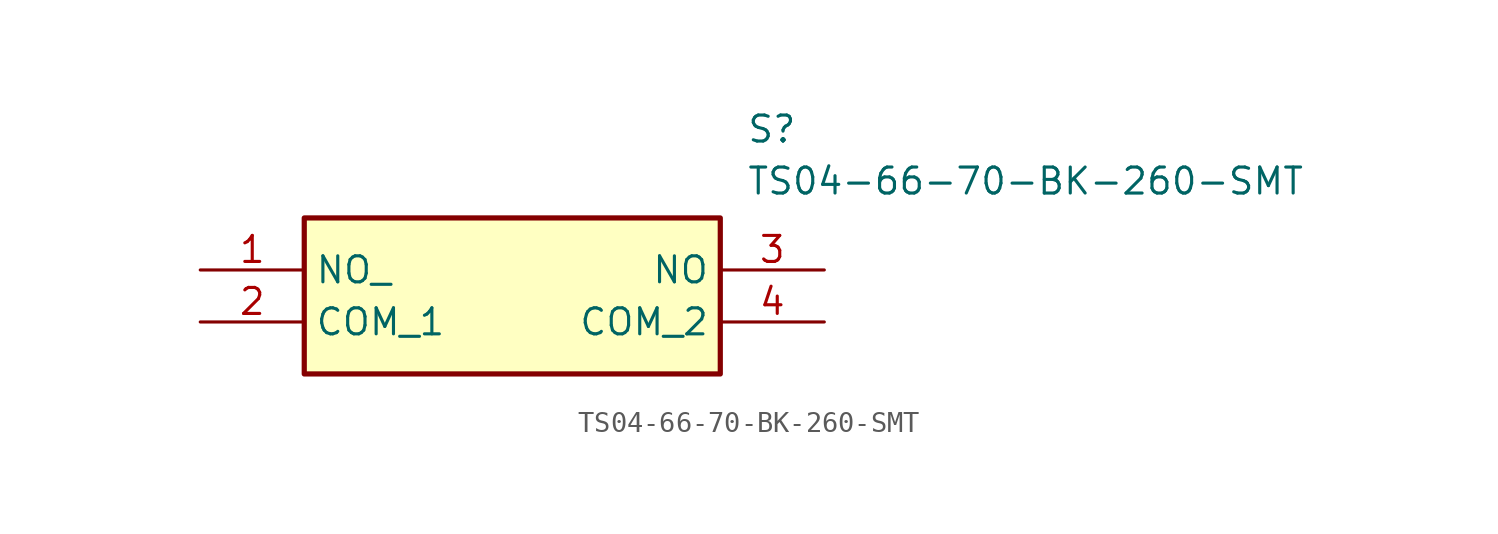
<source format=kicad_sym>
(kicad_symbol_lib
  (version 20211014)
  (generator SamacSys_ECAD_Model)
  (symbol "TS04-66-70-BK-260-SMT"
    (property "Reference" "S"
      (at 26.67 7.62 0)
      (effects (font (size 1.27 1.27)) (justify left top)))
    (property "Value" "TS04-66-70-BK-260-SMT"
      (at 26.67 5.08 0)
      (effects (font (size 1.27 1.27)) (justify left top)))
    (rectangle
      (start 5.08 2.54)
      (end 25.4 -5.08)
      (stroke (width 0.254) (type default))
      (fill (type background)))
    (pin passive line
      (at 0 0 0)
      (length 5.08)
      (name "NO_" (effects (font (size 1.27 1.27))))
      (number "1" (effects (font (size 1.27 1.27)))))
    (pin passive line
      (at 0 -2.54 0)
      (length 5.08)
      (name "COM_1" (effects (font (size 1.27 1.27))))
      (number "2" (effects (font (size 1.27 1.27)))))
    (pin passive line
      (at 30.48 0 180)
      (length 5.08)
      (name "NO" (effects (font (size 1.27 1.27))))
      (number "3" (effects (font (size 1.27 1.27)))))
    (pin passive line
      (at 30.48 -2.54 180)
      (length 5.08)
      (name "COM_2" (effects (font (size 1.27 1.27))))
      (number "4" (effects (font (size 1.27 1.27)))))))
</source>
